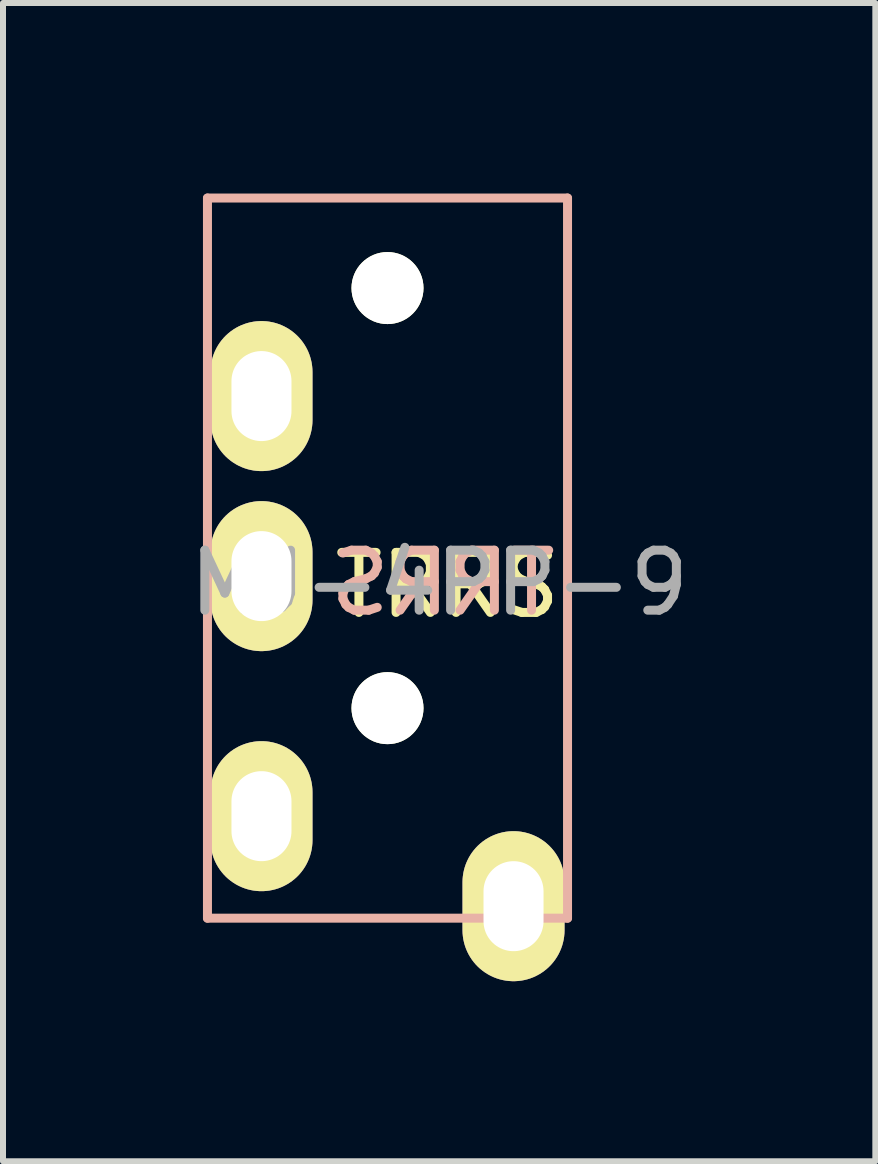
<source format=kicad_pcb>
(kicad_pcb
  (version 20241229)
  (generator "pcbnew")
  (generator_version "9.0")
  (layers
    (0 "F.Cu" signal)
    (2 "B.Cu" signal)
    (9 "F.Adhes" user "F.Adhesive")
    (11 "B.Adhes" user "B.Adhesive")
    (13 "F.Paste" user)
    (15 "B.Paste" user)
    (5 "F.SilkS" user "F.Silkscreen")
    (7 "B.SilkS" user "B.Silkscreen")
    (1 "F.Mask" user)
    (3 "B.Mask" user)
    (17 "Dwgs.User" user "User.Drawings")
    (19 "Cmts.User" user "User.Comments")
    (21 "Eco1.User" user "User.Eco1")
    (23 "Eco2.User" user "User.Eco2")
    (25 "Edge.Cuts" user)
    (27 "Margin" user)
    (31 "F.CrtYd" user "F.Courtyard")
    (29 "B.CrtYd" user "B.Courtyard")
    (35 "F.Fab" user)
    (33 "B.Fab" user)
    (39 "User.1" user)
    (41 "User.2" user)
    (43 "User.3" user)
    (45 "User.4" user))
  (footprint "MJ-4PP-9"
    (layer "F.Cu")
    (at 5.157 0.25)
    (property "Reference" "MJ-4PP-9" (at -0.889 6.413 0) (layer "F.Fab") (effects (font (size 1 1) (thickness 0.15))))
    (attr through_hole)
    (fp_line (start -4.75 0) (end 1.25 0) (stroke (width 0.15) (type solid)) (layer "B.SilkS"))
    (fp_line (start -4.75 12) (end -4.75 0) (stroke (width 0.15) (type solid)) (layer "B.SilkS"))
    (fp_line (start 1.25 0) (end 1.25 12) (stroke (width 0.15) (type solid)) (layer "B.SilkS"))
    (fp_line (start 1.25 12) (end -4.75 12) (stroke (width 0.15) (type solid)) (layer "B.SilkS"))
    (fp_text user "TRRS" (at -0.75 6.45 0) (layer "F.SilkS") (effects (font (size 1 1) (thickness 0.15))))
    (fp_text user "TRRS" (at -0.826 6.413 0) (layer "B.SilkS") (effects (font (size 1 1) (thickness 0.15)) (justify mirror)))
    (pad "" np_thru_hole circle (at -1.75 1.5) (size 1.2 1.2) (drill 1.2) (layers "*.Cu" "*.Mask" "F.SilkS"))
    (pad "" np_thru_hole circle (at -1.75 8.5) (size 1.2 1.2) (drill 1.2) (layers "*.Cu" "*.Mask" "F.SilkS"))
    (pad "1" thru_hole oval (at -3.85 10.3) (size 1.7 2.5) (drill oval 1 1.5) (layers "*.Cu" "*.Mask" "F.SilkS"))
    (pad "2" thru_hole oval (at -3.85 6.3) (size 1.7 2.5) (drill oval 1 1.5) (layers "*.Cu" "*.Mask" "F.SilkS"))
    (pad "3" thru_hole oval (at -3.85 3.3) (size 1.7 2.5) (drill oval 1 1.5) (layers "*.Cu" "*.Mask" "F.SilkS"))
    (pad "4" thru_hole oval (at 0.35 11.8) (size 1.7 2.5) (drill oval 1 1.5) (layers "*.Cu" "*.Mask" "F.SilkS")))
  (gr_rect
    (start -3 -3)
    (end 11.536 16.3)
    (stroke (width 0.1) (type default))
    (fill no)
    (layer "Edge.Cuts")))
</source>
